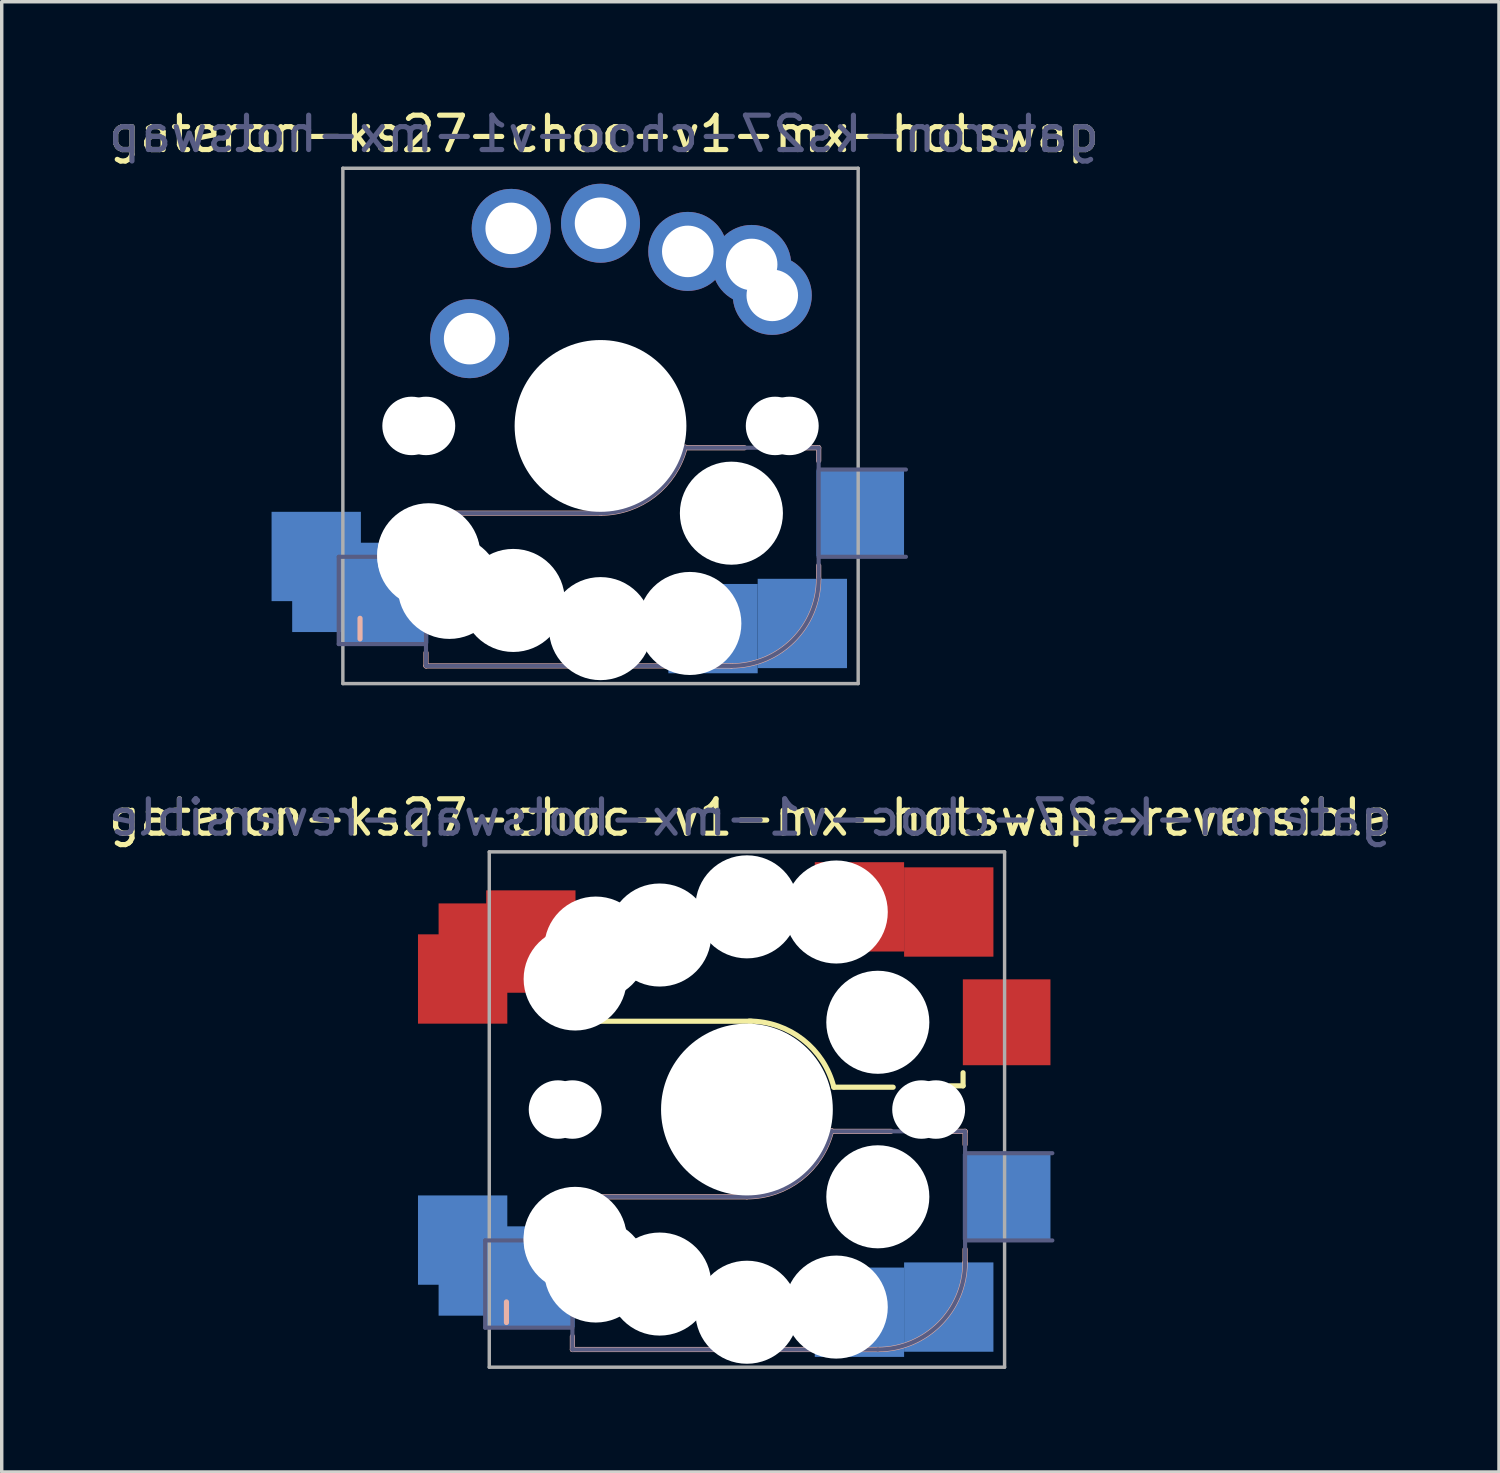
<source format=kicad_pcb>
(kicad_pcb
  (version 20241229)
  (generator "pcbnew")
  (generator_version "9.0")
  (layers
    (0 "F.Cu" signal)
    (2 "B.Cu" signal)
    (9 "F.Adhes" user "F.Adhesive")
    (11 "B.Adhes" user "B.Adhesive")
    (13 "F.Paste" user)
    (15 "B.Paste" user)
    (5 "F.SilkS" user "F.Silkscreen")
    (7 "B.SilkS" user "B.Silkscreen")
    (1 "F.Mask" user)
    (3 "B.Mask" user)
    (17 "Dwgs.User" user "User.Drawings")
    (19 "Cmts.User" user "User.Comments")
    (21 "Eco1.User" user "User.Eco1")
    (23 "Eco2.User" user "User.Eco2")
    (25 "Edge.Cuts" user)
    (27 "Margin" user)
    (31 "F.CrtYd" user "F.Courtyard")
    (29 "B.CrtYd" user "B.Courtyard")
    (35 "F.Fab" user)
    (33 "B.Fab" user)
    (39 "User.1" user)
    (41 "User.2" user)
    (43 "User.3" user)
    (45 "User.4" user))
  (footprint "gateron-ks27-choc-v1-mx-hotswap-reversible"
    (layer "F.Cu")
    (at 18.692 29.247)
    (property "Reference" "gateron-ks27-choc-v1-mx-hotswap-reversible" (at 0.1 -8.5 0) (unlocked yes) (layer "F.SilkS") (effects (font (size 1 1) (thickness 0.15))))
    (attr through_hole)
    (fp_line (start 0.13 -2.57) (end -4.95 -2.57) (stroke (width 0.15) (type solid)) (layer "F.SilkS"))
    (fp_line (start 2.53 -0.65) (end 4.257 -0.65) (stroke (width 0.15) (type solid)) (layer "F.SilkS"))
    (fp_line (start 5.91 -0.69) (end 6.291 -0.69) (stroke (width 0.15) (type solid)) (layer "F.SilkS"))
    (fp_line (start 6.291 -1.071) (end 6.291 -0.69) (stroke (width 0.15) (type solid)) (layer "F.SilkS"))
    (fp_arc (start 0.065838 -2.57396) (mid 1.628985 -2.036002) (end 2.53 -0.65) (stroke (width 0.15) (type solid)) (layer "F.SilkS"))
    (fp_line (start -7 5.6) (end -7 6.2) (stroke (width 0.15) (type solid)) (layer "B.SilkS"))
    (fp_line (start -5.08 2.54) (end 0 2.54) (stroke (width 0.15) (type solid)) (layer "B.SilkS"))
    (fp_line (start -5.08 3.556) (end -5.08 2.54) (stroke (width 0.15) (type solid)) (layer "B.SilkS"))
    (fp_line (start -5.08 6.985) (end -5.08 6.604) (stroke (width 0.15) (type solid)) (layer "B.SilkS"))
    (fp_line (start 2.464 0.635) (end 4.191 0.635) (stroke (width 0.15) (type solid)) (layer "B.SilkS"))
    (fp_line (start 3.81 6.985) (end -5.08 6.985) (stroke (width 0.15) (type solid)) (layer "B.SilkS"))
    (fp_line (start 5.969 0.635) (end 6.35 0.635) (stroke (width 0.15) (type solid)) (layer "B.SilkS"))
    (fp_line (start 6.35 1.016) (end 6.35 0.635) (stroke (width 0.15) (type solid)) (layer "B.SilkS"))
    (fp_line (start 6.35 4.445) (end 6.35 4.064) (stroke (width 0.15) (type solid)) (layer "B.SilkS"))
    (fp_arc (start 2.464162 0.61604) (mid 1.563147 2.002042) (end 0 2.54) (stroke (width 0.15) (type solid)) (layer "B.SilkS"))
    (fp_arc (start 6.35 4.445) (mid 5.606051 6.241051) (end 3.81 6.985) (stroke (width 0.15) (type solid)) (layer "B.SilkS"))
    (fp_line (start -7 -7) (end -7 7) (stroke (width 0.12) (type solid)) (layer "Eco2.User"))
    (fp_line (start -7 7) (end 7 7) (stroke (width 0.12) (type solid)) (layer "Eco2.User"))
    (fp_line (start 7 -7) (end -7 -7) (stroke (width 0.12) (type solid)) (layer "Eco2.User"))
    (fp_line (start 7 7) (end 7 -7) (stroke (width 0.12) (type solid)) (layer "Eco2.User"))
    (fp_line (start -7.62 3.81) (end -5.08 3.81) (stroke (width 0.12) (type solid)) (layer "B.Fab"))
    (fp_line (start -7.62 6.35) (end -7.62 3.81) (stroke (width 0.12) (type solid)) (layer "B.Fab"))
    (fp_line (start -5.08 2.54) (end 0 2.54) (stroke (width 0.12) (type solid)) (layer "B.Fab"))
    (fp_line (start -5.08 6.35) (end -7.62 6.35) (stroke (width 0.12) (type solid)) (layer "B.Fab"))
    (fp_line (start -5.08 6.985) (end -5.08 2.54) (stroke (width 0.12) (type solid)) (layer "B.Fab"))
    (fp_line (start 3.81 6.985) (end -5.08 6.985) (stroke (width 0.12) (type solid)) (layer "B.Fab"))
    (fp_line (start 6.35 0.635) (end 2.54 0.635) (stroke (width 0.12) (type solid)) (layer "B.Fab"))
    (fp_line (start 6.35 0.635) (end 6.35 4.445) (stroke (width 0.12) (type solid)) (layer "B.Fab"))
    (fp_line (start 6.35 1.27) (end 8.89 1.27) (stroke (width 0.12) (type solid)) (layer "B.Fab"))
    (fp_line (start 8.89 3.81) (end 6.35 3.81) (stroke (width 0.12) (type solid)) (layer "B.Fab"))
    (fp_arc (start 2.464162 0.61604) (mid 1.563147 2.002042) (end 0 2.54) (stroke (width 0.12) (type solid)) (layer "B.Fab"))
    (fp_arc (start 6.35 4.445) (mid 5.606051 6.241051) (end 3.81 6.985) (stroke (width 0.12) (type solid)) (layer "B.Fab"))
    (fp_line (start -7.5 -7.5) (end -7.5 7.5) (stroke (width 0.1) (type solid)) (layer "F.Fab"))
    (fp_line (start -7.5 7.5) (end 7.5 7.5) (stroke (width 0.1) (type solid)) (layer "F.Fab"))
    (fp_line (start 7.5 -7.5) (end -7.5 -7.5) (stroke (width 0.1) (type solid)) (layer "F.Fab"))
    (fp_line (start 7.5 7.5) (end 7.5 -7.5) (stroke (width 0.1) (type solid)) (layer "F.Fab"))
    (fp_text user "${REFERENCE}" (at 0.1 -8.5 0) (layer "B.Fab") (effects (font (size 1 1) (thickness 0.15)) (justify mirror)))
    (pad "" np_thru_hole circle (at -5.5 0) (size 1.702 1.702) (drill 1.702) (layers "*.Cu" "*.Mask"))
    (pad "" np_thru_hole circle (at -5.08 0 180) (size 1.702 1.702) (drill 1.702) (layers "*.Cu" "*.Mask"))
    (pad "" np_thru_hole circle (at -5 -3.8) (size 3 3) (drill 3) (layers "*.Cu" "*.Mask"))
    (pad "" np_thru_hole circle (at -5 3.75) (size 3 3) (drill 3) (layers "*.Cu" "*.Mask"))
    (pad "" np_thru_hole circle (at -5 3.8) (size 3 3) (drill 3) (layers "*.Cu" "*.Mask"))
    (pad "" np_thru_hole circle (at -4.4 -4.7) (size 3 3) (drill 3) (layers "*.Cu" "*.Mask"))
    (pad "" np_thru_hole circle (at -4.4 4.7) (size 3 3) (drill 3) (layers "*.Cu" "*.Mask"))
    (pad "" np_thru_hole circle (at -2.54 -5.08 180) (size 3 3) (drill 3) (layers "*.Cu" "*.Mask"))
    (pad "" np_thru_hole circle (at -2.54 5.08 180) (size 3 3) (drill 3) (layers "*.Cu" "*.Mask"))
    (pad "" np_thru_hole circle (at 0 -5.9) (size 3 3) (drill 3) (layers "*.Cu" "*.Mask"))
    (pad "" np_thru_hole circle (at 0 0 180) (size 3.988 3.988) (drill 3.988) (layers "*.Cu" "*.Mask"))
    (pad "" np_thru_hole circle (at 0 0) (size 5 5) (drill 5) (layers "*.Cu" "*.Mask"))
    (pad "" np_thru_hole circle (at 0 5.9) (size 3 3) (drill 3) (layers "*.Cu" "*.Mask"))
    (pad "" np_thru_hole circle (at 2.6 -5.75) (size 3 3) (drill 3) (layers "*.Cu" "*.Mask"))
    (pad "" np_thru_hole circle (at 2.6 5.75) (size 3 3) (drill 3) (layers "*.Cu" "*.Mask"))
    (pad "" np_thru_hole circle (at 3.81 -2.54 180) (size 3 3) (drill 3) (layers "*.Cu" "*.Mask"))
    (pad "" np_thru_hole circle (at 3.81 2.54 180) (size 3 3) (drill 3) (layers "*.Cu" "*.Mask"))
    (pad "" np_thru_hole circle (at 5.08 0 180) (size 1.702 1.702) (drill 1.702) (layers "*.Cu" "*.Mask"))
    (pad "" np_thru_hole circle (at 5.5 0) (size 1.702 1.702) (drill 1.702) (layers "*.Cu" "*.Mask"))
    (pad "1" smd rect (at -8.275 -3.8) (size 2.6 2.6) (layers "F.Cu" "F.Mask" "F.Paste"))
    (pad "1" smd rect (at -8.275 3.8) (size 2.6 2.6) (layers "B.Cu" "B.Mask" "B.Paste"))
    (pad "1" smd rect (at -7.675 -4.7) (size 2.6 2.6) (layers "F.Cu" "F.Mask" "F.Paste"))
    (pad "1" smd rect (at -7.675 4.7) (size 2.6 2.6) (layers "B.Cu" "B.Mask" "B.Paste"))
    (pad "1" smd rect (at -6.29 -5.08) (size 2.6 2.6) (layers "F.Cu" "F.Mask" "F.Paste"))
    (pad "1" smd rect (at -6.29 5.08 180) (size 2.55 2.5) (layers "B.Cu" "B.Mask" "B.Paste"))
    (pad "2" smd rect (at 3.275 -5.9) (size 2.6 2.6) (layers "F.Cu" "F.Mask" "F.Paste"))
    (pad "2" smd rect (at 3.275 5.9) (size 2.6 2.6) (layers "B.Cu" "B.Mask" "B.Paste"))
    (pad "2" smd rect (at 5.875 -5.75) (size 2.6 2.6) (layers "F.Cu" "F.Mask" "F.Paste"))
    (pad "2" smd rect (at 5.875 5.75) (size 2.6 2.6) (layers "B.Cu" "B.Mask" "B.Paste"))
    (pad "2" smd rect (at 7.56 -2.54 180) (size 2.55 2.5) (layers "F.Cu" "F.Mask" "F.Paste"))
    (pad "2" smd rect (at 7.56 2.54 180) (size 2.55 2.5) (layers "B.Cu" "B.Mask" "B.Paste")))
  (footprint "gateron-ks27-choc-v1-mx-hotswap"
    (layer "F.Cu")
    (at 14.43 9.348)
    (property "Reference" "gateron-ks27-choc-v1-mx-hotswap" (at 0.1 -8.5 0) (unlocked yes) (layer "F.SilkS") (effects (font (size 1 1) (thickness 0.15))))
    (attr through_hole)
    (fp_line (start -7 5.6) (end -7 6.2) (stroke (width 0.15) (type solid)) (layer "B.SilkS"))
    (fp_line (start -5.08 2.54) (end 0 2.54) (stroke (width 0.15) (type solid)) (layer "B.SilkS"))
    (fp_line (start -5.08 3.556) (end -5.08 2.54) (stroke (width 0.15) (type solid)) (layer "B.SilkS"))
    (fp_line (start -5.08 6.985) (end -5.08 6.604) (stroke (width 0.15) (type solid)) (layer "B.SilkS"))
    (fp_line (start 2.464 0.635) (end 4.191 0.635) (stroke (width 0.15) (type solid)) (layer "B.SilkS"))
    (fp_line (start 3.81 6.985) (end -5.08 6.985) (stroke (width 0.15) (type solid)) (layer "B.SilkS"))
    (fp_line (start 5.969 0.635) (end 6.35 0.635) (stroke (width 0.15) (type solid)) (layer "B.SilkS"))
    (fp_line (start 6.35 1.016) (end 6.35 0.635) (stroke (width 0.15) (type solid)) (layer "B.SilkS"))
    (fp_line (start 6.35 4.445) (end 6.35 4.064) (stroke (width 0.15) (type solid)) (layer "B.SilkS"))
    (fp_arc (start 2.464162 0.61604) (mid 1.563147 2.002042) (end 0 2.54) (stroke (width 0.15) (type solid)) (layer "B.SilkS"))
    (fp_arc (start 6.35 4.445) (mid 5.606051 6.241051) (end 3.81 6.985) (stroke (width 0.15) (type solid)) (layer "B.SilkS"))
    (fp_line (start -7 -7) (end -7 7) (stroke (width 0.12) (type solid)) (layer "Eco2.User"))
    (fp_line (start -7 7) (end 7 7) (stroke (width 0.12) (type solid)) (layer "Eco2.User"))
    (fp_line (start 7 -7) (end -7 -7) (stroke (width 0.12) (type solid)) (layer "Eco2.User"))
    (fp_line (start 7 7) (end 7 -7) (stroke (width 0.12) (type solid)) (layer "Eco2.User"))
    (fp_line (start -7.62 3.81) (end -5.08 3.81) (stroke (width 0.12) (type solid)) (layer "B.Fab"))
    (fp_line (start -7.62 6.35) (end -7.62 3.81) (stroke (width 0.12) (type solid)) (layer "B.Fab"))
    (fp_line (start -5.08 2.54) (end 0 2.54) (stroke (width 0.12) (type solid)) (layer "B.Fab"))
    (fp_line (start -5.08 6.35) (end -7.62 6.35) (stroke (width 0.12) (type solid)) (layer "B.Fab"))
    (fp_line (start -5.08 6.985) (end -5.08 2.54) (stroke (width 0.12) (type solid)) (layer "B.Fab"))
    (fp_line (start 3.81 6.985) (end -5.08 6.985) (stroke (width 0.12) (type solid)) (layer "B.Fab"))
    (fp_line (start 6.35 0.635) (end 2.54 0.635) (stroke (width 0.12) (type solid)) (layer "B.Fab"))
    (fp_line (start 6.35 0.635) (end 6.35 4.445) (stroke (width 0.12) (type solid)) (layer "B.Fab"))
    (fp_line (start 6.35 1.27) (end 8.89 1.27) (stroke (width 0.12) (type solid)) (layer "B.Fab"))
    (fp_line (start 8.89 3.81) (end 6.35 3.81) (stroke (width 0.12) (type solid)) (layer "B.Fab"))
    (fp_arc (start 2.464162 0.61604) (mid 1.563147 2.002042) (end 0 2.54) (stroke (width 0.12) (type solid)) (layer "B.Fab"))
    (fp_arc (start 6.35 4.445) (mid 5.606051 6.241051) (end 3.81 6.985) (stroke (width 0.12) (type solid)) (layer "B.Fab"))
    (fp_line (start -7.5 -7.5) (end -7.5 7.5) (stroke (width 0.1) (type solid)) (layer "F.Fab"))
    (fp_line (start -7.5 7.5) (end 7.5 7.5) (stroke (width 0.1) (type solid)) (layer "F.Fab"))
    (fp_line (start 7.5 -7.5) (end -7.5 -7.5) (stroke (width 0.1) (type solid)) (layer "F.Fab"))
    (fp_line (start 7.5 7.5) (end 7.5 -7.5) (stroke (width 0.1) (type solid)) (layer "F.Fab"))
    (fp_text user "${REFERENCE}" (at 0.1 -8.5 0) (layer "B.Fab") (effects (font (size 1 1) (thickness 0.15)) (justify mirror)))
    (pad "" np_thru_hole circle (at -5.5 0) (size 1.702 1.702) (drill 1.702) (layers "*.Cu" "*.Mask"))
    (pad "" np_thru_hole circle (at -5.08 0 180) (size 1.702 1.702) (drill 1.702) (layers "*.Cu" "*.Mask"))
    (pad "" np_thru_hole circle (at -5 3.75) (size 3 3) (drill 3) (layers "*.Cu" "*.Mask"))
    (pad "" np_thru_hole circle (at -5 3.8) (size 3 3) (drill 3) (layers "*.Cu" "*.Mask"))
    (pad "" np_thru_hole circle (at -4.4 4.7) (size 3 3) (drill 3) (layers "*.Cu" "*.Mask"))
    (pad "" np_thru_hole circle (at -2.54 5.08 180) (size 3 3) (drill 3) (layers "*.Cu" "*.Mask"))
    (pad "" np_thru_hole circle (at 0 0 180) (size 3.988 3.988) (drill 3.988) (layers "*.Cu" "*.Mask"))
    (pad "" np_thru_hole circle (at 0 0) (size 5 5) (drill 5) (layers "*.Cu" "*.Mask"))
    (pad "" np_thru_hole circle (at 0 5.9) (size 3 3) (drill 3) (layers "*.Cu" "*.Mask"))
    (pad "" np_thru_hole circle (at 2.6 5.75) (size 3 3) (drill 3) (layers "*.Cu" "*.Mask"))
    (pad "" np_thru_hole circle (at 3.81 2.54 180) (size 3 3) (drill 3) (layers "*.Cu" "*.Mask"))
    (pad "" np_thru_hole circle (at 5.08 0 180) (size 1.702 1.702) (drill 1.702) (layers "*.Cu" "*.Mask"))
    (pad "" np_thru_hole circle (at 5.5 0) (size 1.702 1.702) (drill 1.702) (layers "*.Cu" "*.Mask"))
    (pad "1" smd rect (at -8.275 3.8) (size 2.6 2.6) (layers "B.Cu" "B.Mask" "B.Paste"))
    (pad "1" smd rect (at -7.675 4.7) (size 2.6 2.6) (layers "B.Cu" "B.Mask" "B.Paste"))
    (pad "1" smd rect (at -6.29 5.08 180) (size 2.55 2.5) (layers "B.Cu" "B.Mask" "B.Paste"))
    (pad "1" thru_hole circle (at 2.54 -5.08 180) (size 2.3 2.3) (drill 1.5) (layers "*.Cu" "*.Mask"))
    (pad "1" thru_hole circle (at 4.4 -4.7 180) (size 2.3 2.3) (drill 1.5) (layers "*.Cu" "*.Mask"))
    (pad "1" thru_hole circle (at 5 -3.8 180) (size 2.3 2.3) (drill 1.5) (layers "*.Cu" "*.Mask"))
    (pad "2" thru_hole circle (at -3.81 -2.54 180) (size 2.3 2.3) (drill 1.5) (layers "*.Cu" "*.Mask"))
    (pad "2" thru_hole circle (at -2.6 -5.75 180) (size 2.3 2.3) (drill 1.5) (layers "*.Cu" "*.Mask"))
    (pad "2" thru_hole circle (at 0 -5.9 180) (size 2.3 2.3) (drill 1.5) (layers "*.Cu" "*.Mask"))
    (pad "2" smd rect (at 3.275 5.9) (size 2.6 2.6) (layers "B.Cu" "B.Mask" "B.Paste"))
    (pad "2" smd rect (at 5.875 5.75) (size 2.6 2.6) (layers "B.Cu" "B.Mask" "B.Paste"))
    (pad "2" smd rect (at 7.56 2.54 180) (size 2.55 2.5) (layers "B.Cu" "B.Mask" "B.Paste")))
  (gr_rect
    (start -3 -3)
    (end 40.583 39.797)
    (stroke (width 0.1) (type default))
    (fill no)
    (layer "Edge.Cuts")))
</source>
